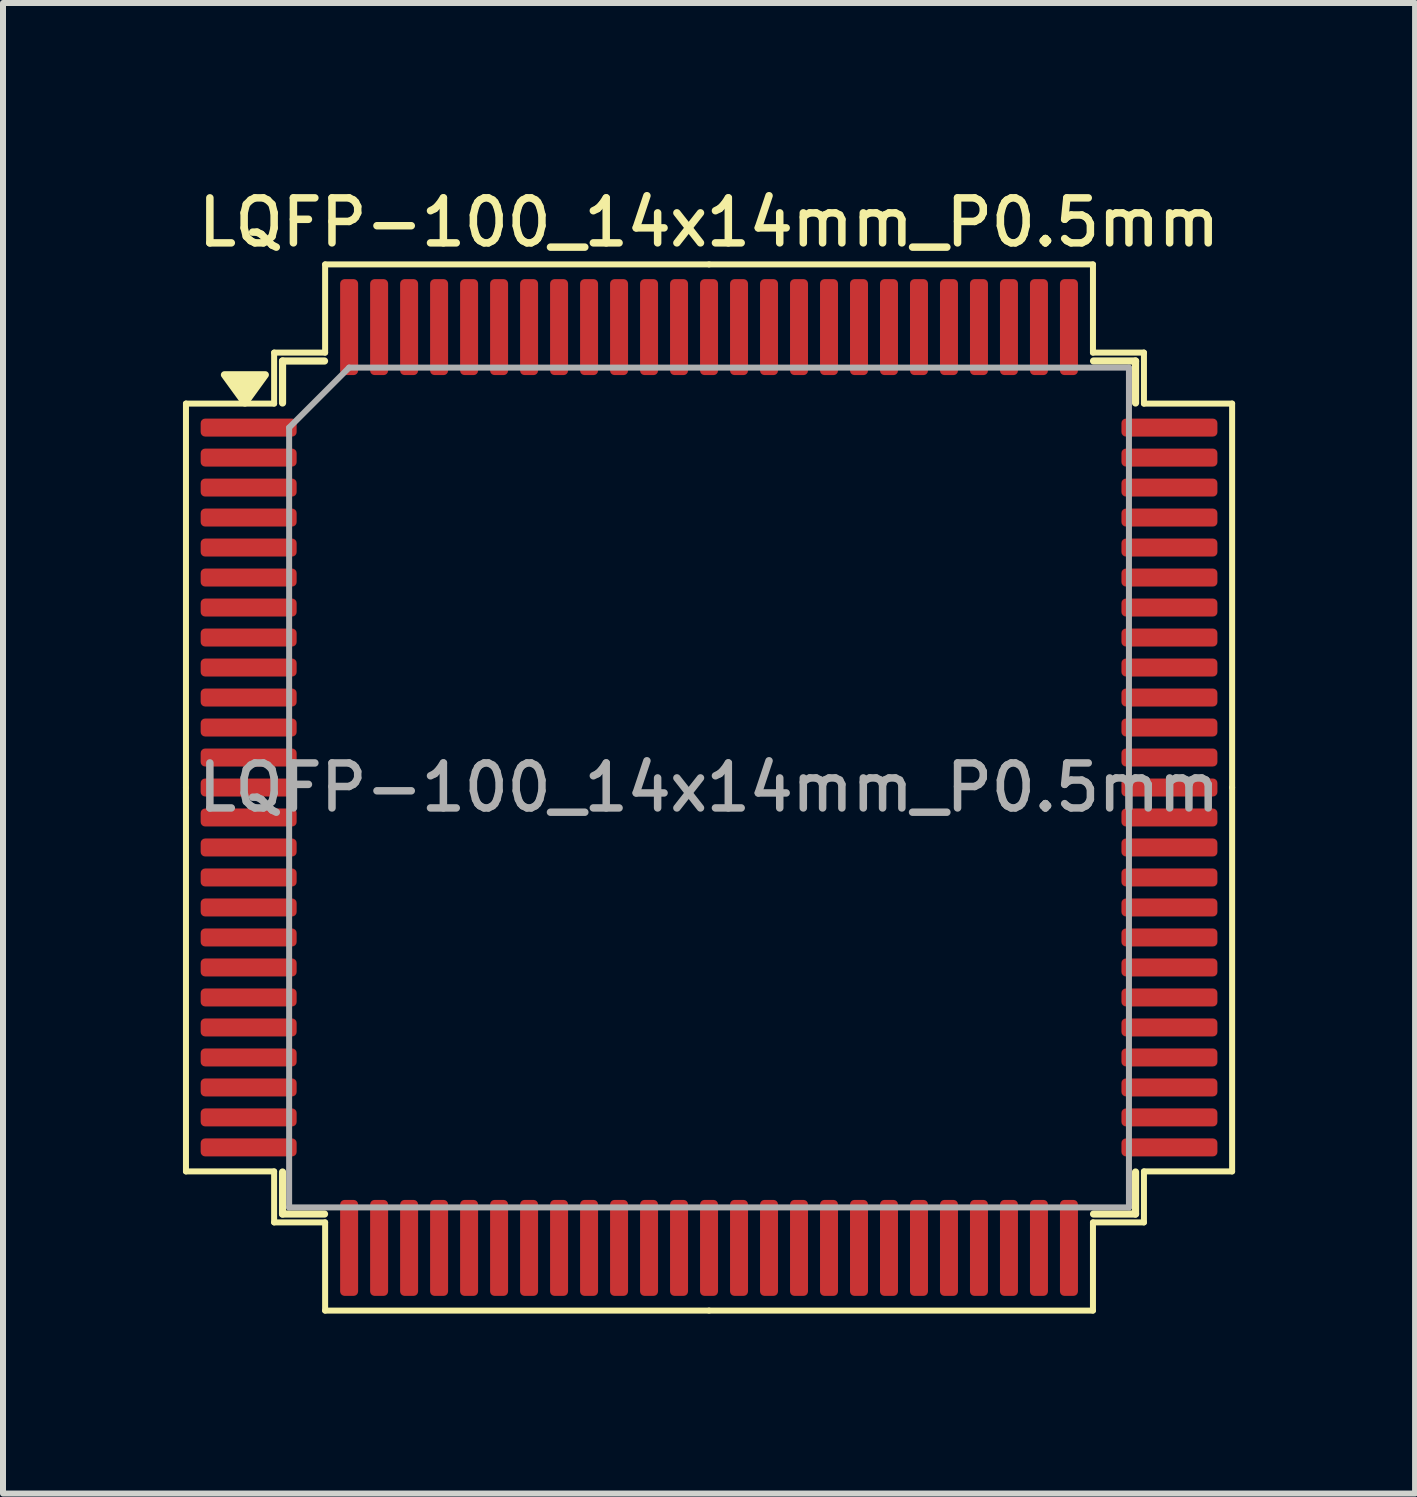
<source format=kicad_pcb>
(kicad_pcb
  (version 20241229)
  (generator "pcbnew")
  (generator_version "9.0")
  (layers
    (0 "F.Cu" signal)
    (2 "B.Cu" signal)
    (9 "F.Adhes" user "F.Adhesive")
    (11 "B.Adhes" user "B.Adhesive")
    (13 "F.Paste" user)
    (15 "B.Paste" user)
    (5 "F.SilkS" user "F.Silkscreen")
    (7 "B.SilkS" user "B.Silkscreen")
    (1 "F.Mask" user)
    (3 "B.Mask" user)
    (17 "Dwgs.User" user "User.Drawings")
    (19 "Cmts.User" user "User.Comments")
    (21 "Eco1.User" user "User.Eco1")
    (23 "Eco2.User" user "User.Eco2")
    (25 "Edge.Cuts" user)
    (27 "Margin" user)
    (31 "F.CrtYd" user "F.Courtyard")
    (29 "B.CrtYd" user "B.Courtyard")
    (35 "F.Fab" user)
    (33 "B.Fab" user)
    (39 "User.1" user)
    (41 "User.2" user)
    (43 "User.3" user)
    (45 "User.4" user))
  (footprint "LQFP-100_14x14mm_P0.5mm"
    (layer "F.Cu")
    (at 8.77 10.078)
    (property "Reference" "LQFP-100_14x14mm_P0.5mm" (at 0 -9.42 0) (layer "F.SilkS") (effects (font (size 0.75 0.75) (thickness 0.125))))
    (attr smd)
    (fp_line (start -8.72 -6.4) (end -8.72 0) (stroke (width 0.1) (type solid)) (layer "F.SilkS"))
    (fp_line (start -8.72 6.4) (end -8.72 0) (stroke (width 0.1) (type solid)) (layer "F.SilkS"))
    (fp_line (start -7.25 -7.25) (end -7.25 -6.4) (stroke (width 0.1) (type solid)) (layer "F.SilkS"))
    (fp_line (start -7.25 -6.4) (end -8.72 -6.4) (stroke (width 0.1) (type solid)) (layer "F.SilkS"))
    (fp_line (start -7.25 6.4) (end -8.72 6.4) (stroke (width 0.1) (type solid)) (layer "F.SilkS"))
    (fp_line (start -7.25 7.25) (end -7.25 6.4) (stroke (width 0.1) (type solid)) (layer "F.SilkS"))
    (fp_line (start -7.11 -7.11) (end -7.11 -6.41) (stroke (width 0.12) (type solid)) (layer "F.SilkS"))
    (fp_line (start -7.11 7.11) (end -7.11 6.41) (stroke (width 0.12) (type solid)) (layer "F.SilkS"))
    (fp_line (start -6.41 -7.11) (end -7.11 -7.11) (stroke (width 0.12) (type solid)) (layer "F.SilkS"))
    (fp_line (start -6.41 7.11) (end -7.11 7.11) (stroke (width 0.12) (type solid)) (layer "F.SilkS"))
    (fp_line (start -6.4 -8.72) (end -6.4 -7.25) (stroke (width 0.1) (type solid)) (layer "F.SilkS"))
    (fp_line (start -6.4 -7.25) (end -7.25 -7.25) (stroke (width 0.1) (type solid)) (layer "F.SilkS"))
    (fp_line (start -6.4 7.25) (end -7.25 7.25) (stroke (width 0.1) (type solid)) (layer "F.SilkS"))
    (fp_line (start -6.4 8.72) (end -6.4 7.25) (stroke (width 0.1) (type solid)) (layer "F.SilkS"))
    (fp_line (start 0 -8.72) (end -6.4 -8.72) (stroke (width 0.1) (type solid)) (layer "F.SilkS"))
    (fp_line (start 0 -8.72) (end 6.4 -8.72) (stroke (width 0.1) (type solid)) (layer "F.SilkS"))
    (fp_line (start 0 8.72) (end -6.4 8.72) (stroke (width 0.1) (type solid)) (layer "F.SilkS"))
    (fp_line (start 0 8.72) (end 6.4 8.72) (stroke (width 0.1) (type solid)) (layer "F.SilkS"))
    (fp_line (start 6.4 -8.72) (end 6.4 -7.25) (stroke (width 0.1) (type solid)) (layer "F.SilkS"))
    (fp_line (start 6.4 -7.25) (end 7.25 -7.25) (stroke (width 0.1) (type solid)) (layer "F.SilkS"))
    (fp_line (start 6.4 7.25) (end 7.25 7.25) (stroke (width 0.1) (type solid)) (layer "F.SilkS"))
    (fp_line (start 6.4 8.72) (end 6.4 7.25) (stroke (width 0.1) (type solid)) (layer "F.SilkS"))
    (fp_line (start 6.41 -7.11) (end 7.11 -7.11) (stroke (width 0.12) (type solid)) (layer "F.SilkS"))
    (fp_line (start 6.41 7.11) (end 7.11 7.11) (stroke (width 0.12) (type solid)) (layer "F.SilkS"))
    (fp_line (start 7.11 -7.11) (end 7.11 -6.41) (stroke (width 0.12) (type solid)) (layer "F.SilkS"))
    (fp_line (start 7.11 7.11) (end 7.11 6.41) (stroke (width 0.12) (type solid)) (layer "F.SilkS"))
    (fp_line (start 7.25 -7.25) (end 7.25 -6.4) (stroke (width 0.1) (type solid)) (layer "F.SilkS"))
    (fp_line (start 7.25 -6.4) (end 8.72 -6.4) (stroke (width 0.1) (type solid)) (layer "F.SilkS"))
    (fp_line (start 7.25 6.4) (end 8.72 6.4) (stroke (width 0.1) (type solid)) (layer "F.SilkS"))
    (fp_line (start 7.25 7.25) (end 7.25 6.4) (stroke (width 0.1) (type solid)) (layer "F.SilkS"))
    (fp_line (start 8.72 -6.4) (end 8.72 0) (stroke (width 0.1) (type solid)) (layer "F.SilkS"))
    (fp_line (start 8.72 6.4) (end 8.72 0) (stroke (width 0.1) (type solid)) (layer "F.SilkS"))
    (fp_poly (pts (xy -7.737 -6.41) (xy -8.078 -6.88) (xy -7.397 -6.88) (xy -7.737 -6.41)) (stroke (width 0.12) (type solid)) (fill yes) (layer "F.SilkS"))
    (fp_line (start -7 -6) (end -6 -7) (stroke (width 0.1) (type solid)) (layer "F.Fab"))
    (fp_line (start -7 7) (end -7 -6) (stroke (width 0.1) (type solid)) (layer "F.Fab"))
    (fp_line (start -6 -7) (end 7 -7) (stroke (width 0.1) (type solid)) (layer "F.Fab"))
    (fp_line (start 7 -7) (end 7 7) (stroke (width 0.1) (type solid)) (layer "F.Fab"))
    (fp_line (start 7 7) (end -7 7) (stroke (width 0.1) (type solid)) (layer "F.Fab"))
    (fp_text user "${REFERENCE}" (at 0 0 0) (layer "F.Fab") (effects (font (size 0.75 0.75) (thickness 0.125))))
    (pad "1" smd roundrect (at -7.675 -6) (size 1.6 0.3) (layers "F.Cu" "F.Mask" "F.Paste") (roundrect_rratio 0.25))
    (pad "2" smd roundrect (at -7.675 -5.5) (size 1.6 0.3) (layers "F.Cu" "F.Mask" "F.Paste") (roundrect_rratio 0.25))
    (pad "3" smd roundrect (at -7.675 -5) (size 1.6 0.3) (layers "F.Cu" "F.Mask" "F.Paste") (roundrect_rratio 0.25))
    (pad "4" smd roundrect (at -7.675 -4.5) (size 1.6 0.3) (layers "F.Cu" "F.Mask" "F.Paste") (roundrect_rratio 0.25))
    (pad "5" smd roundrect (at -7.675 -4) (size 1.6 0.3) (layers "F.Cu" "F.Mask" "F.Paste") (roundrect_rratio 0.25))
    (pad "6" smd roundrect (at -7.675 -3.5) (size 1.6 0.3) (layers "F.Cu" "F.Mask" "F.Paste") (roundrect_rratio 0.25))
    (pad "7" smd roundrect (at -7.675 -3) (size 1.6 0.3) (layers "F.Cu" "F.Mask" "F.Paste") (roundrect_rratio 0.25))
    (pad "8" smd roundrect (at -7.675 -2.5) (size 1.6 0.3) (layers "F.Cu" "F.Mask" "F.Paste") (roundrect_rratio 0.25))
    (pad "9" smd roundrect (at -7.675 -2) (size 1.6 0.3) (layers "F.Cu" "F.Mask" "F.Paste") (roundrect_rratio 0.25))
    (pad "10" smd roundrect (at -7.675 -1.5) (size 1.6 0.3) (layers "F.Cu" "F.Mask" "F.Paste") (roundrect_rratio 0.25))
    (pad "11" smd roundrect (at -7.675 -1) (size 1.6 0.3) (layers "F.Cu" "F.Mask" "F.Paste") (roundrect_rratio 0.25))
    (pad "12" smd roundrect (at -7.675 -0.5) (size 1.6 0.3) (layers "F.Cu" "F.Mask" "F.Paste") (roundrect_rratio 0.25))
    (pad "13" smd roundrect (at -7.675 0) (size 1.6 0.3) (layers "F.Cu" "F.Mask" "F.Paste") (roundrect_rratio 0.25))
    (pad "14" smd roundrect (at -7.675 0.5) (size 1.6 0.3) (layers "F.Cu" "F.Mask" "F.Paste") (roundrect_rratio 0.25))
    (pad "15" smd roundrect (at -7.675 1) (size 1.6 0.3) (layers "F.Cu" "F.Mask" "F.Paste") (roundrect_rratio 0.25))
    (pad "16" smd roundrect (at -7.675 1.5) (size 1.6 0.3) (layers "F.Cu" "F.Mask" "F.Paste") (roundrect_rratio 0.25))
    (pad "17" smd roundrect (at -7.675 2) (size 1.6 0.3) (layers "F.Cu" "F.Mask" "F.Paste") (roundrect_rratio 0.25))
    (pad "18" smd roundrect (at -7.675 2.5) (size 1.6 0.3) (layers "F.Cu" "F.Mask" "F.Paste") (roundrect_rratio 0.25))
    (pad "19" smd roundrect (at -7.675 3) (size 1.6 0.3) (layers "F.Cu" "F.Mask" "F.Paste") (roundrect_rratio 0.25))
    (pad "20" smd roundrect (at -7.675 3.5) (size 1.6 0.3) (layers "F.Cu" "F.Mask" "F.Paste") (roundrect_rratio 0.25))
    (pad "21" smd roundrect (at -7.675 4) (size 1.6 0.3) (layers "F.Cu" "F.Mask" "F.Paste") (roundrect_rratio 0.25))
    (pad "22" smd roundrect (at -7.675 4.5) (size 1.6 0.3) (layers "F.Cu" "F.Mask" "F.Paste") (roundrect_rratio 0.25))
    (pad "23" smd roundrect (at -7.675 5) (size 1.6 0.3) (layers "F.Cu" "F.Mask" "F.Paste") (roundrect_rratio 0.25))
    (pad "24" smd roundrect (at -7.675 5.5) (size 1.6 0.3) (layers "F.Cu" "F.Mask" "F.Paste") (roundrect_rratio 0.25))
    (pad "25" smd roundrect (at -7.675 6) (size 1.6 0.3) (layers "F.Cu" "F.Mask" "F.Paste") (roundrect_rratio 0.25))
    (pad "26" smd roundrect (at -6 7.675) (size 0.3 1.6) (layers "F.Cu" "F.Mask" "F.Paste") (roundrect_rratio 0.25))
    (pad "27" smd roundrect (at -5.5 7.675) (size 0.3 1.6) (layers "F.Cu" "F.Mask" "F.Paste") (roundrect_rratio 0.25))
    (pad "28" smd roundrect (at -5 7.675) (size 0.3 1.6) (layers "F.Cu" "F.Mask" "F.Paste") (roundrect_rratio 0.25))
    (pad "29" smd roundrect (at -4.5 7.675) (size 0.3 1.6) (layers "F.Cu" "F.Mask" "F.Paste") (roundrect_rratio 0.25))
    (pad "30" smd roundrect (at -4 7.675) (size 0.3 1.6) (layers "F.Cu" "F.Mask" "F.Paste") (roundrect_rratio 0.25))
    (pad "31" smd roundrect (at -3.5 7.675) (size 0.3 1.6) (layers "F.Cu" "F.Mask" "F.Paste") (roundrect_rratio 0.25))
    (pad "32" smd roundrect (at -3 7.675) (size 0.3 1.6) (layers "F.Cu" "F.Mask" "F.Paste") (roundrect_rratio 0.25))
    (pad "33" smd roundrect (at -2.5 7.675) (size 0.3 1.6) (layers "F.Cu" "F.Mask" "F.Paste") (roundrect_rratio 0.25))
    (pad "34" smd roundrect (at -2 7.675) (size 0.3 1.6) (layers "F.Cu" "F.Mask" "F.Paste") (roundrect_rratio 0.25))
    (pad "35" smd roundrect (at -1.5 7.675) (size 0.3 1.6) (layers "F.Cu" "F.Mask" "F.Paste") (roundrect_rratio 0.25))
    (pad "36" smd roundrect (at -1 7.675) (size 0.3 1.6) (layers "F.Cu" "F.Mask" "F.Paste") (roundrect_rratio 0.25))
    (pad "37" smd roundrect (at -0.5 7.675) (size 0.3 1.6) (layers "F.Cu" "F.Mask" "F.Paste") (roundrect_rratio 0.25))
    (pad "38" smd roundrect (at 0 7.675) (size 0.3 1.6) (layers "F.Cu" "F.Mask" "F.Paste") (roundrect_rratio 0.25))
    (pad "39" smd roundrect (at 0.5 7.675) (size 0.3 1.6) (layers "F.Cu" "F.Mask" "F.Paste") (roundrect_rratio 0.25))
    (pad "40" smd roundrect (at 1 7.675) (size 0.3 1.6) (layers "F.Cu" "F.Mask" "F.Paste") (roundrect_rratio 0.25))
    (pad "41" smd roundrect (at 1.5 7.675) (size 0.3 1.6) (layers "F.Cu" "F.Mask" "F.Paste") (roundrect_rratio 0.25))
    (pad "42" smd roundrect (at 2 7.675) (size 0.3 1.6) (layers "F.Cu" "F.Mask" "F.Paste") (roundrect_rratio 0.25))
    (pad "43" smd roundrect (at 2.5 7.675) (size 0.3 1.6) (layers "F.Cu" "F.Mask" "F.Paste") (roundrect_rratio 0.25))
    (pad "44" smd roundrect (at 3 7.675) (size 0.3 1.6) (layers "F.Cu" "F.Mask" "F.Paste") (roundrect_rratio 0.25))
    (pad "45" smd roundrect (at 3.5 7.675) (size 0.3 1.6) (layers "F.Cu" "F.Mask" "F.Paste") (roundrect_rratio 0.25))
    (pad "46" smd roundrect (at 4 7.675) (size 0.3 1.6) (layers "F.Cu" "F.Mask" "F.Paste") (roundrect_rratio 0.25))
    (pad "47" smd roundrect (at 4.5 7.675) (size 0.3 1.6) (layers "F.Cu" "F.Mask" "F.Paste") (roundrect_rratio 0.25))
    (pad "48" smd roundrect (at 5 7.675) (size 0.3 1.6) (layers "F.Cu" "F.Mask" "F.Paste") (roundrect_rratio 0.25))
    (pad "49" smd roundrect (at 5.5 7.675) (size 0.3 1.6) (layers "F.Cu" "F.Mask" "F.Paste") (roundrect_rratio 0.25))
    (pad "50" smd roundrect (at 6 7.675) (size 0.3 1.6) (layers "F.Cu" "F.Mask" "F.Paste") (roundrect_rratio 0.25))
    (pad "51" smd roundrect (at 7.675 6) (size 1.6 0.3) (layers "F.Cu" "F.Mask" "F.Paste") (roundrect_rratio 0.25))
    (pad "52" smd roundrect (at 7.675 5.5) (size 1.6 0.3) (layers "F.Cu" "F.Mask" "F.Paste") (roundrect_rratio 0.25))
    (pad "53" smd roundrect (at 7.675 5) (size 1.6 0.3) (layers "F.Cu" "F.Mask" "F.Paste") (roundrect_rratio 0.25))
    (pad "54" smd roundrect (at 7.675 4.5) (size 1.6 0.3) (layers "F.Cu" "F.Mask" "F.Paste") (roundrect_rratio 0.25))
    (pad "55" smd roundrect (at 7.675 4) (size 1.6 0.3) (layers "F.Cu" "F.Mask" "F.Paste") (roundrect_rratio 0.25))
    (pad "56" smd roundrect (at 7.675 3.5) (size 1.6 0.3) (layers "F.Cu" "F.Mask" "F.Paste") (roundrect_rratio 0.25))
    (pad "57" smd roundrect (at 7.675 3) (size 1.6 0.3) (layers "F.Cu" "F.Mask" "F.Paste") (roundrect_rratio 0.25))
    (pad "58" smd roundrect (at 7.675 2.5) (size 1.6 0.3) (layers "F.Cu" "F.Mask" "F.Paste") (roundrect_rratio 0.25))
    (pad "59" smd roundrect (at 7.675 2) (size 1.6 0.3) (layers "F.Cu" "F.Mask" "F.Paste") (roundrect_rratio 0.25))
    (pad "60" smd roundrect (at 7.675 1.5) (size 1.6 0.3) (layers "F.Cu" "F.Mask" "F.Paste") (roundrect_rratio 0.25))
    (pad "61" smd roundrect (at 7.675 1) (size 1.6 0.3) (layers "F.Cu" "F.Mask" "F.Paste") (roundrect_rratio 0.25))
    (pad "62" smd roundrect (at 7.675 0.5) (size 1.6 0.3) (layers "F.Cu" "F.Mask" "F.Paste") (roundrect_rratio 0.25))
    (pad "63" smd roundrect (at 7.675 0) (size 1.6 0.3) (layers "F.Cu" "F.Mask" "F.Paste") (roundrect_rratio 0.25))
    (pad "64" smd roundrect (at 7.675 -0.5) (size 1.6 0.3) (layers "F.Cu" "F.Mask" "F.Paste") (roundrect_rratio 0.25))
    (pad "65" smd roundrect (at 7.675 -1) (size 1.6 0.3) (layers "F.Cu" "F.Mask" "F.Paste") (roundrect_rratio 0.25))
    (pad "66" smd roundrect (at 7.675 -1.5) (size 1.6 0.3) (layers "F.Cu" "F.Mask" "F.Paste") (roundrect_rratio 0.25))
    (pad "67" smd roundrect (at 7.675 -2) (size 1.6 0.3) (layers "F.Cu" "F.Mask" "F.Paste") (roundrect_rratio 0.25))
    (pad "68" smd roundrect (at 7.675 -2.5) (size 1.6 0.3) (layers "F.Cu" "F.Mask" "F.Paste") (roundrect_rratio 0.25))
    (pad "69" smd roundrect (at 7.675 -3) (size 1.6 0.3) (layers "F.Cu" "F.Mask" "F.Paste") (roundrect_rratio 0.25))
    (pad "70" smd roundrect (at 7.675 -3.5) (size 1.6 0.3) (layers "F.Cu" "F.Mask" "F.Paste") (roundrect_rratio 0.25))
    (pad "71" smd roundrect (at 7.675 -4) (size 1.6 0.3) (layers "F.Cu" "F.Mask" "F.Paste") (roundrect_rratio 0.25))
    (pad "72" smd roundrect (at 7.675 -4.5) (size 1.6 0.3) (layers "F.Cu" "F.Mask" "F.Paste") (roundrect_rratio 0.25))
    (pad "73" smd roundrect (at 7.675 -5) (size 1.6 0.3) (layers "F.Cu" "F.Mask" "F.Paste") (roundrect_rratio 0.25))
    (pad "74" smd roundrect (at 7.675 -5.5) (size 1.6 0.3) (layers "F.Cu" "F.Mask" "F.Paste") (roundrect_rratio 0.25))
    (pad "75" smd roundrect (at 7.675 -6) (size 1.6 0.3) (layers "F.Cu" "F.Mask" "F.Paste") (roundrect_rratio 0.25))
    (pad "76" smd roundrect (at 6 -7.675) (size 0.3 1.6) (layers "F.Cu" "F.Mask" "F.Paste") (roundrect_rratio 0.25))
    (pad "77" smd roundrect (at 5.5 -7.675) (size 0.3 1.6) (layers "F.Cu" "F.Mask" "F.Paste") (roundrect_rratio 0.25))
    (pad "78" smd roundrect (at 5 -7.675) (size 0.3 1.6) (layers "F.Cu" "F.Mask" "F.Paste") (roundrect_rratio 0.25))
    (pad "79" smd roundrect (at 4.5 -7.675) (size 0.3 1.6) (layers "F.Cu" "F.Mask" "F.Paste") (roundrect_rratio 0.25))
    (pad "80" smd roundrect (at 4 -7.675) (size 0.3 1.6) (layers "F.Cu" "F.Mask" "F.Paste") (roundrect_rratio 0.25))
    (pad "81" smd roundrect (at 3.5 -7.675) (size 0.3 1.6) (layers "F.Cu" "F.Mask" "F.Paste") (roundrect_rratio 0.25))
    (pad "82" smd roundrect (at 3 -7.675) (size 0.3 1.6) (layers "F.Cu" "F.Mask" "F.Paste") (roundrect_rratio 0.25))
    (pad "83" smd roundrect (at 2.5 -7.675) (size 0.3 1.6) (layers "F.Cu" "F.Mask" "F.Paste") (roundrect_rratio 0.25))
    (pad "84" smd roundrect (at 2 -7.675) (size 0.3 1.6) (layers "F.Cu" "F.Mask" "F.Paste") (roundrect_rratio 0.25))
    (pad "85" smd roundrect (at 1.5 -7.675) (size 0.3 1.6) (layers "F.Cu" "F.Mask" "F.Paste") (roundrect_rratio 0.25))
    (pad "86" smd roundrect (at 1 -7.675) (size 0.3 1.6) (layers "F.Cu" "F.Mask" "F.Paste") (roundrect_rratio 0.25))
    (pad "87" smd roundrect (at 0.5 -7.675) (size 0.3 1.6) (layers "F.Cu" "F.Mask" "F.Paste") (roundrect_rratio 0.25))
    (pad "88" smd roundrect (at 0 -7.675) (size 0.3 1.6) (layers "F.Cu" "F.Mask" "F.Paste") (roundrect_rratio 0.25))
    (pad "89" smd roundrect (at -0.5 -7.675) (size 0.3 1.6) (layers "F.Cu" "F.Mask" "F.Paste") (roundrect_rratio 0.25))
    (pad "90" smd roundrect (at -1 -7.675) (size 0.3 1.6) (layers "F.Cu" "F.Mask" "F.Paste") (roundrect_rratio 0.25))
    (pad "91" smd roundrect (at -1.5 -7.675) (size 0.3 1.6) (layers "F.Cu" "F.Mask" "F.Paste") (roundrect_rratio 0.25))
    (pad "92" smd roundrect (at -2 -7.675) (size 0.3 1.6) (layers "F.Cu" "F.Mask" "F.Paste") (roundrect_rratio 0.25))
    (pad "93" smd roundrect (at -2.5 -7.675) (size 0.3 1.6) (layers "F.Cu" "F.Mask" "F.Paste") (roundrect_rratio 0.25))
    (pad "94" smd roundrect (at -3 -7.675) (size 0.3 1.6) (layers "F.Cu" "F.Mask" "F.Paste") (roundrect_rratio 0.25))
    (pad "95" smd roundrect (at -3.5 -7.675) (size 0.3 1.6) (layers "F.Cu" "F.Mask" "F.Paste") (roundrect_rratio 0.25))
    (pad "96" smd roundrect (at -4 -7.675) (size 0.3 1.6) (layers "F.Cu" "F.Mask" "F.Paste") (roundrect_rratio 0.25))
    (pad "97" smd roundrect (at -4.5 -7.675) (size 0.3 1.6) (layers "F.Cu" "F.Mask" "F.Paste") (roundrect_rratio 0.25))
    (pad "98" smd roundrect (at -5 -7.675) (size 0.3 1.6) (layers "F.Cu" "F.Mask" "F.Paste") (roundrect_rratio 0.25))
    (pad "99" smd roundrect (at -5.5 -7.675) (size 0.3 1.6) (layers "F.Cu" "F.Mask" "F.Paste") (roundrect_rratio 0.25))
    (pad "100" smd roundrect (at -6 -7.675) (size 0.3 1.6) (layers "F.Cu" "F.Mask" "F.Paste") (roundrect_rratio 0.25)))
  (gr_rect
    (start -3 -3)
    (end 20.54 21.848)
    (stroke (width 0.1) (type default))
    (fill no)
    (layer "Edge.Cuts")))
</source>
